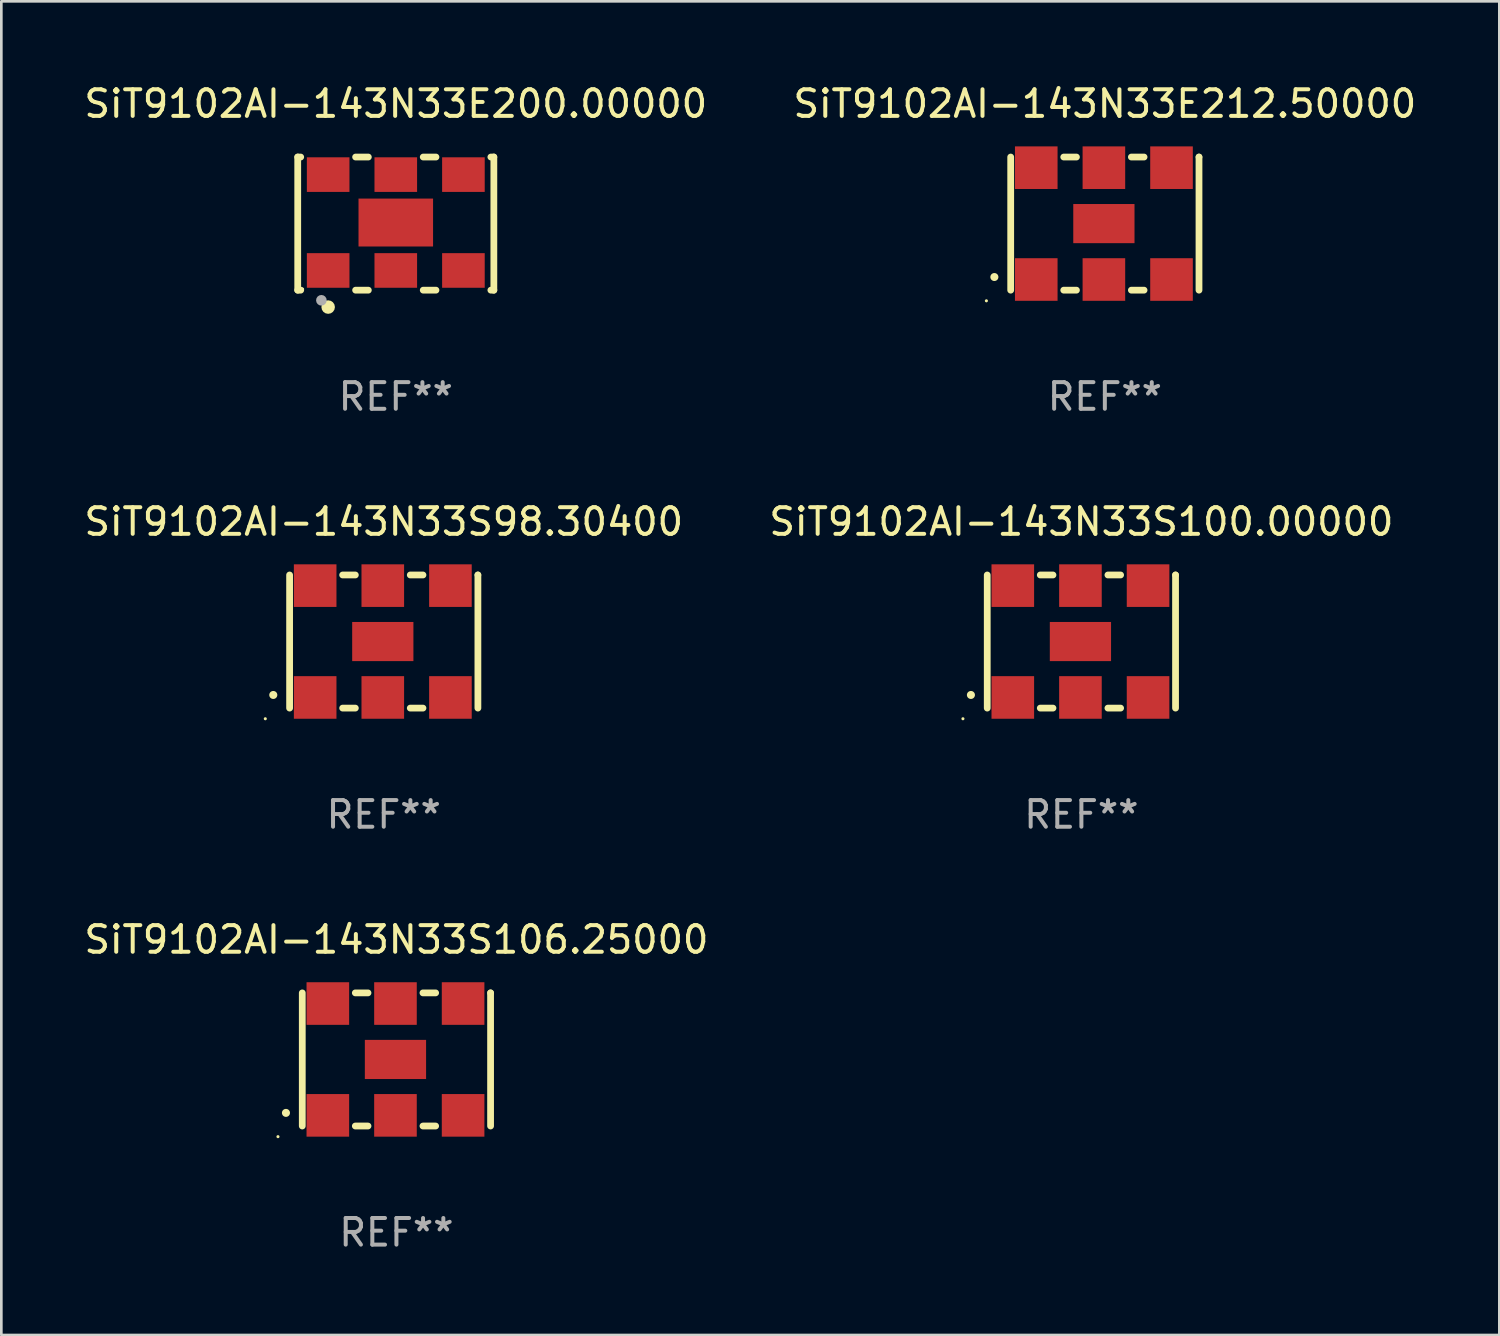
<source format=kicad_pcb>
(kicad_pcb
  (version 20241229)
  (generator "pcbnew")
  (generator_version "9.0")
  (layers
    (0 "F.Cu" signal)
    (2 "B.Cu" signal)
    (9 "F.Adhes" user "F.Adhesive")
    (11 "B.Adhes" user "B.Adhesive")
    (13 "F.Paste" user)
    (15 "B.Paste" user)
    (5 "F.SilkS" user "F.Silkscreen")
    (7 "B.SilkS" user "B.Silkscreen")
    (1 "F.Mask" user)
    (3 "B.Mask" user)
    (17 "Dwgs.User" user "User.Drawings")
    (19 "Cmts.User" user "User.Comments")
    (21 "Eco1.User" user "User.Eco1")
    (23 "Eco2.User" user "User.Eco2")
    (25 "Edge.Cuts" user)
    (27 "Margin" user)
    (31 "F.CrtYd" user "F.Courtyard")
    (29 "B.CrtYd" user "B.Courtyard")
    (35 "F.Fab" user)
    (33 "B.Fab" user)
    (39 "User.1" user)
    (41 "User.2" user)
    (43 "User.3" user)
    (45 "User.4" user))
  (footprint "SiT9102AI-143N33E212.50000"
    (layer "F.Cu")
    (at 38.446 5.348)
    (property "Reference" "SiT9102AI-143N33E212.50000" (at 0 -4.5 0) (layer "F.SilkS") (effects (font (size 1 1) (thickness 0.15))))
    (attr through_hole)
    (fp_line (start -3.536 -2.5) (end -3.536 2.5) (stroke (width 0.254) (type solid)) (layer "F.SilkS"))
    (fp_line (start -1.544 2.5) (end -1.067 2.5) (stroke (width 0.254) (type solid)) (layer "F.SilkS"))
    (fp_line (start -1.067 -2.5) (end -1.544 -2.5) (stroke (width 0.254) (type solid)) (layer "F.SilkS"))
    (fp_line (start 0.996 2.5) (end 1.473 2.5) (stroke (width 0.254) (type solid)) (layer "F.SilkS"))
    (fp_line (start 1.473 -2.5) (end 0.996 -2.5) (stroke (width 0.254) (type solid)) (layer "F.SilkS"))
    (fp_line (start 3.536 -2.5) (end 3.536 -2.5) (stroke (width 0.254) (type solid)) (layer "F.SilkS"))
    (fp_line (start 3.536 2.5) (end 3.536 -2.5) (stroke (width 0.254) (type solid)) (layer "F.SilkS"))
    (fp_arc (start -4.150432 2.006604) (mid -4.149162 2.006599) (end -4.147892 2.006604) (stroke (width 0.3) (type solid)) (layer "F.SilkS"))
    (fp_circle (center -4.449 2.9) (end -4.419 2.9) (stroke (width 0.06) (type solid)) (fill no) (layer "F.SilkS"))
    (fp_text user "REF**" (at 0 6.5 0) (layer "F.Fab") (effects (font (size 1 1) (thickness 0.15))))
    (pad "1" smd rect (at -2.576 2.1) (size 1.6 1.6) (layers "F.Cu" "F.Mask" "F.Paste"))
    (pad "2" smd rect (at -0.036 2.1) (size 1.6 1.6) (layers "F.Cu" "F.Mask" "F.Paste"))
    (pad "3" smd rect (at 2.504 2.1) (size 1.6 1.6) (layers "F.Cu" "F.Mask" "F.Paste"))
    (pad "4" smd rect (at 2.504 -2.1) (size 1.6 1.6) (layers "F.Cu" "F.Mask" "F.Paste"))
    (pad "5" smd rect (at -0.036 -2.1) (size 1.6 1.6) (layers "F.Cu" "F.Mask" "F.Paste"))
    (pad "6" smd rect (at -2.576 -2.1) (size 1.6 1.6) (layers "F.Cu" "F.Mask" "F.Paste"))
    (pad "7" smd rect (at -0.036 0) (size 2.3 1.47) (layers "F.Cu" "F.Mask" "F.Paste")))
  (footprint "SiT9102AI-143N33S106.25000"
    (layer "F.Cu")
    (at 11.839 36.741)
    (property "Reference" "SiT9102AI-143N33S106.25000" (at 0 -4.5 0) (layer "F.SilkS") (effects (font (size 1 1) (thickness 0.15))))
    (attr through_hole)
    (fp_line (start -3.536 -2.5) (end -3.536 2.5) (stroke (width 0.254) (type solid)) (layer "F.SilkS"))
    (fp_line (start -1.544 2.5) (end -1.067 2.5) (stroke (width 0.254) (type solid)) (layer "F.SilkS"))
    (fp_line (start -1.067 -2.5) (end -1.544 -2.5) (stroke (width 0.254) (type solid)) (layer "F.SilkS"))
    (fp_line (start 0.996 2.5) (end 1.473 2.5) (stroke (width 0.254) (type solid)) (layer "F.SilkS"))
    (fp_line (start 1.473 -2.5) (end 0.996 -2.5) (stroke (width 0.254) (type solid)) (layer "F.SilkS"))
    (fp_line (start 3.536 -2.5) (end 3.536 -2.5) (stroke (width 0.254) (type solid)) (layer "F.SilkS"))
    (fp_line (start 3.536 2.5) (end 3.536 -2.5) (stroke (width 0.254) (type solid)) (layer "F.SilkS"))
    (fp_arc (start -4.150432 2.006604) (mid -4.149162 2.006599) (end -4.147892 2.006604) (stroke (width 0.3) (type solid)) (layer "F.SilkS"))
    (fp_circle (center -4.449 2.9) (end -4.419 2.9) (stroke (width 0.06) (type solid)) (fill no) (layer "F.SilkS"))
    (fp_text user "REF**" (at 0 6.5 0) (layer "F.Fab") (effects (font (size 1 1) (thickness 0.15))))
    (pad "1" smd rect (at -2.576 2.1) (size 1.6 1.6) (layers "F.Cu" "F.Mask" "F.Paste"))
    (pad "2" smd rect (at -0.036 2.1) (size 1.6 1.6) (layers "F.Cu" "F.Mask" "F.Paste"))
    (pad "3" smd rect (at 2.504 2.1) (size 1.6 1.6) (layers "F.Cu" "F.Mask" "F.Paste"))
    (pad "4" smd rect (at 2.504 -2.1) (size 1.6 1.6) (layers "F.Cu" "F.Mask" "F.Paste"))
    (pad "5" smd rect (at -0.036 -2.1) (size 1.6 1.6) (layers "F.Cu" "F.Mask" "F.Paste"))
    (pad "6" smd rect (at -2.576 -2.1) (size 1.6 1.6) (layers "F.Cu" "F.Mask" "F.Paste"))
    (pad "7" smd rect (at -0.036 0) (size 2.3 1.47) (layers "F.Cu" "F.Mask" "F.Paste")))
  (footprint "SiT9102AI-143N33E200.00000"
    (layer "F.Cu")
    (at 11.815 5.348)
    (property "Reference" "SiT9102AI-143N33E200.00000" (at 0 -4.5 0) (layer "F.SilkS") (effects (font (size 1 1) (thickness 0.15))))
    (attr through_hole)
    (fp_line (start -3.683 -2.5) (end -3.571 -2.5) (stroke (width 0.254) (type solid)) (layer "F.SilkS"))
    (fp_line (start -3.683 2.5) (end -3.683 -2.5) (stroke (width 0.254) (type solid)) (layer "F.SilkS"))
    (fp_line (start -3.683 2.5) (end -3.571 2.5) (stroke (width 0.254) (type solid)) (layer "F.SilkS"))
    (fp_line (start -1.509 -2.5) (end -1.031 -2.5) (stroke (width 0.254) (type solid)) (layer "F.SilkS"))
    (fp_line (start -1.509 2.5) (end -1.031 2.5) (stroke (width 0.254) (type solid)) (layer "F.SilkS"))
    (fp_line (start 1.031 -2.5) (end 1.509 -2.5) (stroke (width 0.254) (type solid)) (layer "F.SilkS"))
    (fp_line (start 1.031 2.5) (end 1.509 2.5) (stroke (width 0.254) (type solid)) (layer "F.SilkS"))
    (fp_line (start 3.571 -2.5) (end 3.683 -2.5) (stroke (width 0.254) (type solid)) (layer "F.SilkS"))
    (fp_line (start 3.571 2.5) (end 3.683 2.5) (stroke (width 0.254) (type solid)) (layer "F.SilkS"))
    (fp_line (start 3.683 2.5) (end 3.683 -2.5) (stroke (width 0.254) (type solid)) (layer "F.SilkS"))
    (fp_circle (center -3.5 2.46) (end -3.47 2.46) (stroke (width 0.06) (type solid)) (fill no) (layer "F.SilkS"))
    (fp_circle (center -2.54 3.135) (end -2.413 3.135) (stroke (width 0.254) (type solid)) (fill no) (layer "F.SilkS"))
    (fp_circle (center -2.794 2.881) (end -2.694 2.881) (stroke (width 0.2) (type solid)) (fill no) (layer "F.Fab"))
    (fp_text user "REF**" (at 0 6.5 0) (layer "F.Fab") (effects (font (size 1 1) (thickness 0.15))))
    (pad "1" smd rect (at -2.54 1.76) (size 1.6 1.3) (layers "F.Cu" "F.Mask" "F.Paste"))
    (pad "2" smd rect (at 0 1.76) (size 1.6 1.3) (layers "F.Cu" "F.Mask" "F.Paste"))
    (pad "3" smd rect (at 2.54 1.76) (size 1.6 1.3) (layers "F.Cu" "F.Mask" "F.Paste"))
    (pad "4" smd rect (at 2.54 -1.84) (size 1.6 1.3) (layers "F.Cu" "F.Mask" "F.Paste"))
    (pad "5" smd rect (at 0 -1.84) (size 1.6 1.3) (layers "F.Cu" "F.Mask" "F.Paste"))
    (pad "6" smd rect (at -2.54 -1.84) (size 1.6 1.3) (layers "F.Cu" "F.Mask" "F.Paste"))
    (pad "7" smd rect (at 0 -0.04) (size 2.8 1.8) (layers "F.Cu" "F.Mask" "F.Paste")))
  (footprint "SiT9102AI-143N33S100.00000"
    (layer "F.Cu")
    (at 37.565 21.045)
    (property "Reference" "SiT9102AI-143N33S100.00000" (at 0 -4.5 0) (layer "F.SilkS") (effects (font (size 1 1) (thickness 0.15))))
    (attr through_hole)
    (fp_line (start -3.536 -2.5) (end -3.536 2.5) (stroke (width 0.254) (type solid)) (layer "F.SilkS"))
    (fp_line (start -1.544 2.5) (end -1.067 2.5) (stroke (width 0.254) (type solid)) (layer "F.SilkS"))
    (fp_line (start -1.067 -2.5) (end -1.544 -2.5) (stroke (width 0.254) (type solid)) (layer "F.SilkS"))
    (fp_line (start 0.996 2.5) (end 1.473 2.5) (stroke (width 0.254) (type solid)) (layer "F.SilkS"))
    (fp_line (start 1.473 -2.5) (end 0.996 -2.5) (stroke (width 0.254) (type solid)) (layer "F.SilkS"))
    (fp_line (start 3.536 -2.5) (end 3.536 -2.5) (stroke (width 0.254) (type solid)) (layer "F.SilkS"))
    (fp_line (start 3.536 2.5) (end 3.536 -2.5) (stroke (width 0.254) (type solid)) (layer "F.SilkS"))
    (fp_arc (start -4.150432 2.006604) (mid -4.149162 2.006599) (end -4.147892 2.006604) (stroke (width 0.3) (type solid)) (layer "F.SilkS"))
    (fp_circle (center -4.449 2.9) (end -4.419 2.9) (stroke (width 0.06) (type solid)) (fill no) (layer "F.SilkS"))
    (fp_text user "REF**" (at 0 6.5 0) (layer "F.Fab") (effects (font (size 1 1) (thickness 0.15))))
    (pad "1" smd rect (at -2.576 2.1) (size 1.6 1.6) (layers "F.Cu" "F.Mask" "F.Paste"))
    (pad "2" smd rect (at -0.036 2.1) (size 1.6 1.6) (layers "F.Cu" "F.Mask" "F.Paste"))
    (pad "3" smd rect (at 2.504 2.1) (size 1.6 1.6) (layers "F.Cu" "F.Mask" "F.Paste"))
    (pad "4" smd rect (at 2.504 -2.1) (size 1.6 1.6) (layers "F.Cu" "F.Mask" "F.Paste"))
    (pad "5" smd rect (at -0.036 -2.1) (size 1.6 1.6) (layers "F.Cu" "F.Mask" "F.Paste"))
    (pad "6" smd rect (at -2.576 -2.1) (size 1.6 1.6) (layers "F.Cu" "F.Mask" "F.Paste"))
    (pad "7" smd rect (at -0.036 0) (size 2.3 1.47) (layers "F.Cu" "F.Mask" "F.Paste")))
  (footprint "SiT9102AI-143N33S98.30400"
    (layer "F.Cu")
    (at 11.363 21.045)
    (property "Reference" "SiT9102AI-143N33S98.30400" (at 0 -4.5 0) (layer "F.SilkS") (effects (font (size 1 1) (thickness 0.15))))
    (attr through_hole)
    (fp_line (start -3.536 -2.5) (end -3.536 2.5) (stroke (width 0.254) (type solid)) (layer "F.SilkS"))
    (fp_line (start -1.544 2.5) (end -1.067 2.5) (stroke (width 0.254) (type solid)) (layer "F.SilkS"))
    (fp_line (start -1.067 -2.5) (end -1.544 -2.5) (stroke (width 0.254) (type solid)) (layer "F.SilkS"))
    (fp_line (start 0.996 2.5) (end 1.473 2.5) (stroke (width 0.254) (type solid)) (layer "F.SilkS"))
    (fp_line (start 1.473 -2.5) (end 0.996 -2.5) (stroke (width 0.254) (type solid)) (layer "F.SilkS"))
    (fp_line (start 3.536 -2.5) (end 3.536 -2.5) (stroke (width 0.254) (type solid)) (layer "F.SilkS"))
    (fp_line (start 3.536 2.5) (end 3.536 -2.5) (stroke (width 0.254) (type solid)) (layer "F.SilkS"))
    (fp_arc (start -4.150432 2.006604) (mid -4.149162 2.006599) (end -4.147892 2.006604) (stroke (width 0.3) (type solid)) (layer "F.SilkS"))
    (fp_circle (center -4.449 2.9) (end -4.419 2.9) (stroke (width 0.06) (type solid)) (fill no) (layer "F.SilkS"))
    (fp_text user "REF**" (at 0 6.5 0) (layer "F.Fab") (effects (font (size 1 1) (thickness 0.15))))
    (pad "1" smd rect (at -2.576 2.1) (size 1.6 1.6) (layers "F.Cu" "F.Mask" "F.Paste"))
    (pad "2" smd rect (at -0.036 2.1) (size 1.6 1.6) (layers "F.Cu" "F.Mask" "F.Paste"))
    (pad "3" smd rect (at 2.504 2.1) (size 1.6 1.6) (layers "F.Cu" "F.Mask" "F.Paste"))
    (pad "4" smd rect (at 2.504 -2.1) (size 1.6 1.6) (layers "F.Cu" "F.Mask" "F.Paste"))
    (pad "5" smd rect (at -0.036 -2.1) (size 1.6 1.6) (layers "F.Cu" "F.Mask" "F.Paste"))
    (pad "6" smd rect (at -2.576 -2.1) (size 1.6 1.6) (layers "F.Cu" "F.Mask" "F.Paste"))
    (pad "7" smd rect (at -0.036 0) (size 2.3 1.47) (layers "F.Cu" "F.Mask" "F.Paste")))
  (gr_rect
    (start -3 -3)
    (end 53.262 47.09)
    (stroke (width 0.1) (type default))
    (fill no)
    (layer "Edge.Cuts")))
</source>
